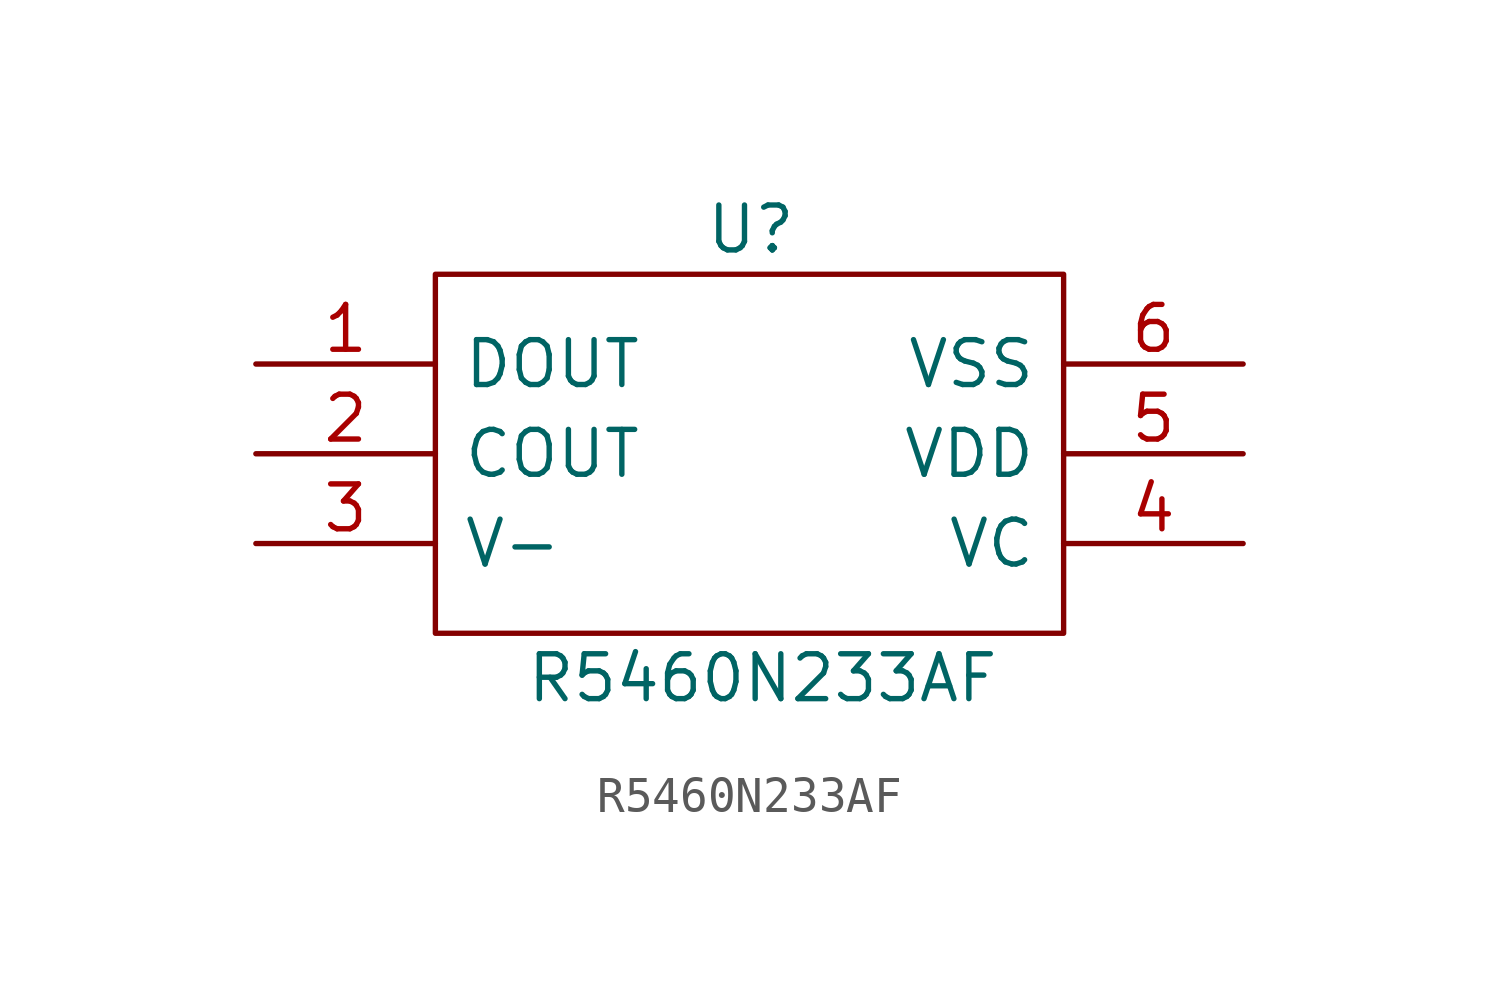
<source format=kicad_sym>
(kicad_symbol_lib
  (version 20211014)
  (generator kicad_symbol_editor)
  (symbol "R5460N233AF"
    (pin_names
      (offset 0.762))
    (property "Reference" "U"
      (at 12.7 3.81 0)
      (effects (font (size 1.27 1.27)) (justify left)))
    (property "Value" "R5460N233AF"
      (at 7.62 -8.89 0)
      (effects (font (size 1.27 1.27)) (justify left)))
    (symbol "R5460N233AF_0_0"
      (pin output line (at 0 0 0) (length 5.08) (name "DOUT" (effects (font (size 1.27 1.27)))) (number "1" (effects (font (size 1.27 1.27)))))
      (pin output line (at 0 -2.54 0) (length 5.08) (name "COUT" (effects (font (size 1.27 1.27)))) (number "2" (effects (font (size 1.27 1.27)))))
      (pin input line (at 0 -5.08 0) (length 5.08) (name "V-" (effects (font (size 1.27 1.27)))) (number "3" (effects (font (size 1.27 1.27)))))
      (pin input line (at 27.94 -5.08 180) (length 5.08) (name "VC" (effects (font (size 1.27 1.27)))) (number "4" (effects (font (size 1.27 1.27)))))
      (pin power_in line (at 27.94 -2.54 180) (length 5.08) (name "VDD" (effects (font (size 1.27 1.27)))) (number "5" (effects (font (size 1.27 1.27)))))
      (pin power_in line (at 27.94 0 180) (length 5.08) (name "VSS" (effects (font (size 1.27 1.27)))) (number "6" (effects (font (size 1.27 1.27))))))
    (symbol "R5460N233AF_0_1"
      (polyline (pts (xy 5.08 2.54) (xy 22.86 2.54) (xy 22.86 -7.62) (xy 5.08 -7.62) (xy 5.08 2.54)) (stroke (width 0.152) (type default) (color 0 0 0 0)) (fill (type none))))))
</source>
